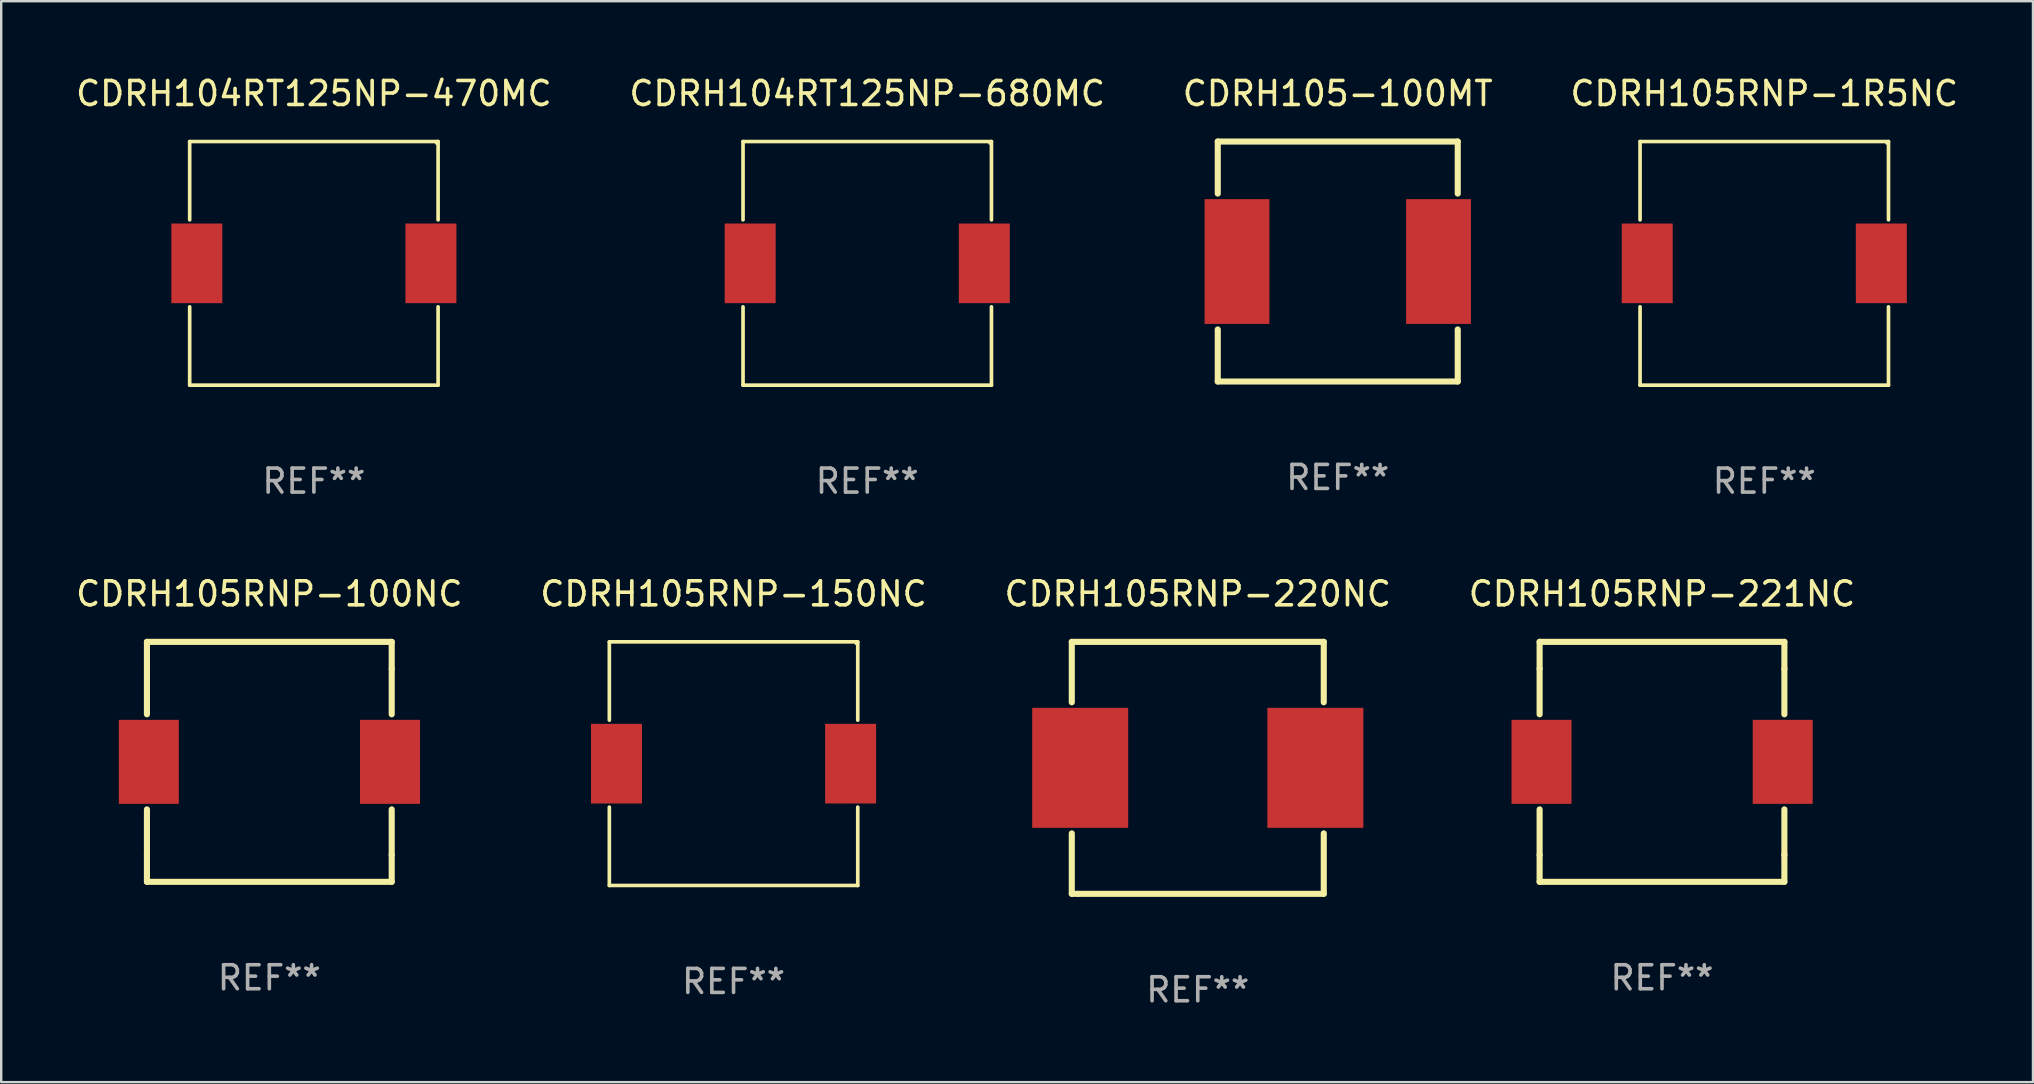
<source format=kicad_pcb>
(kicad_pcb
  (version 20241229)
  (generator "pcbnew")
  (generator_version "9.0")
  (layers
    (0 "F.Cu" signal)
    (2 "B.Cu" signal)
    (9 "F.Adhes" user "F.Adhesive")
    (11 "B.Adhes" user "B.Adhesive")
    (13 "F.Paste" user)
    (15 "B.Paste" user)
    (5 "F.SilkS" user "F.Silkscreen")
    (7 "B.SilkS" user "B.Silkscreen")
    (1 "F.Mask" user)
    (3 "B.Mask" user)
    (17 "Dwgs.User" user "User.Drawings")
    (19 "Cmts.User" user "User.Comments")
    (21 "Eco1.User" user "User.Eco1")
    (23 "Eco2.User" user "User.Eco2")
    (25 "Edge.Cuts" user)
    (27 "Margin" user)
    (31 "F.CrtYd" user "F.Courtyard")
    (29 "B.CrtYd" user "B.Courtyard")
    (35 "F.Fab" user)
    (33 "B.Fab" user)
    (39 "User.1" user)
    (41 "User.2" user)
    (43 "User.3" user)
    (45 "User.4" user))
  (footprint "CDRH105RNP-220NC"
    (layer "F.Cu")
    (at 46.863 28.947)
    (property "Reference" "CDRH105RNP-220NC" (at 0 -7.25 0) (layer "F.SilkS") (effects (font (size 1 1) (thickness 0.15))))
    (attr through_hole)
    (fp_line (start -5.25 -5.25) (end -5.25 -2.731) (stroke (width 0.254) (type solid)) (layer "F.SilkS"))
    (fp_line (start -5.25 -5.25) (end 5.25 -5.25) (stroke (width 0.254) (type solid)) (layer "F.SilkS"))
    (fp_line (start -5.25 2.731) (end -5.25 5.25) (stroke (width 0.254) (type solid)) (layer "F.SilkS"))
    (fp_line (start -4.989 5.25) (end -5.25 5.25) (stroke (width 0.254) (type solid)) (layer "F.SilkS"))
    (fp_line (start 5.25 -5.25) (end 5.25 -2.731) (stroke (width 0.254) (type solid)) (layer "F.SilkS"))
    (fp_line (start 5.25 2.731) (end 5.25 5.25) (stroke (width 0.254) (type solid)) (layer "F.SilkS"))
    (fp_line (start 5.25 5.25) (end -4.989 5.25) (stroke (width 0.254) (type solid)) (layer "F.SilkS"))
    (fp_circle (center -5.25 5.25) (end -5.22 5.25) (stroke (width 0.06) (type solid)) (fill no) (layer "F.SilkS"))
    (fp_text user "REF**" (at 0 9.25 0) (layer "F.Fab") (effects (font (size 1 1) (thickness 0.15))))
    (pad "1" smd rect (at -4.9 -0.000013) (size 4 5) (layers "F.Cu" "F.Mask" "F.Paste"))
    (pad "2" smd rect (at 4.9 -0.000013) (size 4 5) (layers "F.Cu" "F.Mask" "F.Paste")))
  (footprint "CDRH105-100MT"
    (layer "F.Cu")
    (at 52.696 7.848)
    (property "Reference" "CDRH105-100MT" (at 0 -7 0) (layer "F.SilkS") (effects (font (size 1 1) (thickness 0.15))))
    (attr through_hole)
    (fp_line (start -5 -5) (end -5 -2.831) (stroke (width 0.254) (type solid)) (layer "F.SilkS"))
    (fp_line (start -5 -5) (end 5 -5) (stroke (width 0.254) (type solid)) (layer "F.SilkS"))
    (fp_line (start -5 2.831) (end -5 5) (stroke (width 0.254) (type solid)) (layer "F.SilkS"))
    (fp_line (start -5 5) (end 5 5) (stroke (width 0.254) (type solid)) (layer "F.SilkS"))
    (fp_line (start 5 -5) (end 5 -2.831) (stroke (width 0.254) (type solid)) (layer "F.SilkS"))
    (fp_line (start 5 2.831) (end 5 5) (stroke (width 0.254) (type solid)) (layer "F.SilkS"))
    (fp_circle (center -5 5) (end -4.97 5) (stroke (width 0.06) (type solid)) (fill no) (layer "F.SilkS"))
    (fp_text user "REF**" (at 0 9 0) (layer "F.Fab") (effects (font (size 1 1) (thickness 0.15))))
    (pad "1" smd rect (at -4.2 0) (size 2.7 5.2) (layers "F.Cu" "F.Mask" "F.Paste"))
    (pad "2" smd rect (at 4.2 0) (size 2.7 5.2) (layers "F.Cu" "F.Mask" "F.Paste")))
  (footprint "CDRH105RNP-221NC"
    (layer "F.Cu")
    (at 66.208 28.697)
    (property "Reference" "CDRH105RNP-221NC" (at 0 -7 0) (layer "F.SilkS") (effects (font (size 1 1) (thickness 0.15))))
    (attr through_hole)
    (fp_line (start -5.1 -5) (end 5.1 -5) (stroke (width 0.254) (type solid)) (layer "F.SilkS"))
    (fp_line (start -5.1 -3.881) (end -5.1 -5) (stroke (width 0.254) (type solid)) (layer "F.SilkS"))
    (fp_line (start -5.1 -3.881) (end -5.1 -1.981) (stroke (width 0.254) (type solid)) (layer "F.SilkS"))
    (fp_line (start -5.1 1.981) (end -5.1 3.881) (stroke (width 0.254) (type solid)) (layer "F.SilkS"))
    (fp_line (start -5.1 5) (end -5.1 3.881) (stroke (width 0.254) (type solid)) (layer "F.SilkS"))
    (fp_line (start -5.1 5) (end 5.1 5) (stroke (width 0.254) (type solid)) (layer "F.SilkS"))
    (fp_line (start 5.1 -5) (end 5.1 -3.881) (stroke (width 0.254) (type solid)) (layer "F.SilkS"))
    (fp_line (start 5.1 -3.881) (end 5.1 -1.981) (stroke (width 0.254) (type solid)) (layer "F.SilkS"))
    (fp_line (start 5.1 1.981) (end 5.1 3.881) (stroke (width 0.254) (type solid)) (layer "F.SilkS"))
    (fp_line (start 5.1 3.881) (end 5.1 5) (stroke (width 0.254) (type solid)) (layer "F.SilkS"))
    (fp_circle (center -5.1 5) (end -5.07 5) (stroke (width 0.06) (type solid)) (fill no) (layer "F.SilkS"))
    (fp_text user "REF**" (at 0 9 0) (layer "F.Fab") (effects (font (size 1 1) (thickness 0.15))))
    (pad "1" smd rect (at -5.021 0) (size 2.5 3.5) (layers "F.Cu" "F.Mask" "F.Paste"))
    (pad "2" smd rect (at 5.03 0) (size 2.5 3.5) (layers "F.Cu" "F.Mask" "F.Paste")))
  (footprint "CDRH104RT125NP-470MC"
    (layer "F.Cu")
    (at 10.03 7.924)
    (property "Reference" "CDRH104RT125NP-470MC" (at 0 -7.076 0) (layer "F.SilkS") (effects (font (size 1 1) (thickness 0.15))))
    (attr through_hole)
    (fp_line (start -5.176 -5.076) (end 5.176 -5.076) (stroke (width 0.152) (type solid)) (layer "F.SilkS"))
    (fp_line (start -5.176 -1.812) (end -5.176 -5.076) (stroke (width 0.152) (type solid)) (layer "F.SilkS"))
    (fp_line (start -5.176 1.812) (end -5.176 5.076) (stroke (width 0.152) (type solid)) (layer "F.SilkS"))
    (fp_line (start -5.176 5.076) (end 5.176 5.076) (stroke (width 0.152) (type solid)) (layer "F.SilkS"))
    (fp_line (start 5.176 -5.076) (end 5.176 -1.812) (stroke (width 0.152) (type solid)) (layer "F.SilkS"))
    (fp_line (start 5.176 5.076) (end 5.176 1.812) (stroke (width 0.152) (type solid)) (layer "F.SilkS"))
    (fp_circle (center 5.1 -5) (end 5.13 -5) (stroke (width 0.06) (type solid)) (fill no) (layer "F.SilkS"))
    (fp_text user "REF**" (at 0 9.076 0) (layer "F.Fab") (effects (font (size 1 1) (thickness 0.15))))
    (pad "1" smd rect (at 4.878 0) (size 2.124 3.32) (layers "F.Cu" "F.Mask" "F.Paste"))
    (pad "2" smd rect (at -4.878 0) (size 2.124 3.32) (layers "F.Cu" "F.Mask" "F.Paste")))
  (footprint "CDRH104RT125NP-680MC"
    (layer "F.Cu")
    (at 33.089 7.924)
    (property "Reference" "CDRH104RT125NP-680MC" (at 0 -7.076 0) (layer "F.SilkS") (effects (font (size 1 1) (thickness 0.15))))
    (attr through_hole)
    (fp_line (start -5.176 -5.076) (end 5.176 -5.076) (stroke (width 0.152) (type solid)) (layer "F.SilkS"))
    (fp_line (start -5.176 -1.812) (end -5.176 -5.076) (stroke (width 0.152) (type solid)) (layer "F.SilkS"))
    (fp_line (start -5.176 1.812) (end -5.176 5.076) (stroke (width 0.152) (type solid)) (layer "F.SilkS"))
    (fp_line (start -5.176 5.076) (end 5.176 5.076) (stroke (width 0.152) (type solid)) (layer "F.SilkS"))
    (fp_line (start 5.176 -5.076) (end 5.176 -1.812) (stroke (width 0.152) (type solid)) (layer "F.SilkS"))
    (fp_line (start 5.176 5.076) (end 5.176 1.812) (stroke (width 0.152) (type solid)) (layer "F.SilkS"))
    (fp_circle (center 5.1 -5) (end 5.13 -5) (stroke (width 0.06) (type solid)) (fill no) (layer "F.SilkS"))
    (fp_text user "REF**" (at 0 9.076 0) (layer "F.Fab") (effects (font (size 1 1) (thickness 0.15))))
    (pad "1" smd rect (at 4.878 0) (size 2.124 3.32) (layers "F.Cu" "F.Mask" "F.Paste"))
    (pad "2" smd rect (at -4.878 0) (size 2.124 3.32) (layers "F.Cu" "F.Mask" "F.Paste")))
  (footprint "CDRH105RNP-1R5NC"
    (layer "F.Cu")
    (at 70.47 7.924)
    (property "Reference" "CDRH105RNP-1R5NC" (at 0 -7.076 0) (layer "F.SilkS") (effects (font (size 1 1) (thickness 0.15))))
    (attr through_hole)
    (fp_line (start -5.176 -5.076) (end 5.176 -5.076) (stroke (width 0.152) (type solid)) (layer "F.SilkS"))
    (fp_line (start -5.176 -1.812) (end -5.176 -5.076) (stroke (width 0.152) (type solid)) (layer "F.SilkS"))
    (fp_line (start -5.176 1.812) (end -5.176 5.076) (stroke (width 0.152) (type solid)) (layer "F.SilkS"))
    (fp_line (start -5.176 5.076) (end 5.176 5.076) (stroke (width 0.152) (type solid)) (layer "F.SilkS"))
    (fp_line (start 5.176 -5.076) (end 5.176 -1.812) (stroke (width 0.152) (type solid)) (layer "F.SilkS"))
    (fp_line (start 5.176 5.076) (end 5.176 1.812) (stroke (width 0.152) (type solid)) (layer "F.SilkS"))
    (fp_circle (center 5.1 -5) (end 5.13 -5) (stroke (width 0.06) (type solid)) (fill no) (layer "F.SilkS"))
    (fp_text user "REF**" (at 0 9.076 0) (layer "F.Fab") (effects (font (size 1 1) (thickness 0.15))))
    (pad "1" smd rect (at 4.878 0) (size 2.124 3.32) (layers "F.Cu" "F.Mask" "F.Paste"))
    (pad "2" smd rect (at -4.878 0) (size 2.124 3.32) (layers "F.Cu" "F.Mask" "F.Paste")))
  (footprint "CDRH105RNP-100NC"
    (layer "F.Cu")
    (at 8.173 28.697)
    (property "Reference" "CDRH105RNP-100NC" (at 0 -7 0) (layer "F.SilkS") (effects (font (size 1 1) (thickness 0.15))))
    (attr through_hole)
    (fp_line (start -5.1 -5) (end 5.1 -5) (stroke (width 0.254) (type solid)) (layer "F.SilkS"))
    (fp_line (start -5.1 -3.881) (end -5.1 -5) (stroke (width 0.254) (type solid)) (layer "F.SilkS"))
    (fp_line (start -5.1 -3.881) (end -5.1 -1.981) (stroke (width 0.254) (type solid)) (layer "F.SilkS"))
    (fp_line (start -5.1 1.981) (end -5.1 3.881) (stroke (width 0.254) (type solid)) (layer "F.SilkS"))
    (fp_line (start -5.1 5) (end -5.1 3.881) (stroke (width 0.254) (type solid)) (layer "F.SilkS"))
    (fp_line (start -5.1 5) (end 5.1 5) (stroke (width 0.254) (type solid)) (layer "F.SilkS"))
    (fp_line (start 5.1 -5) (end 5.1 -3.881) (stroke (width 0.254) (type solid)) (layer "F.SilkS"))
    (fp_line (start 5.1 -3.881) (end 5.1 -1.981) (stroke (width 0.254) (type solid)) (layer "F.SilkS"))
    (fp_line (start 5.1 1.981) (end 5.1 3.881) (stroke (width 0.254) (type solid)) (layer "F.SilkS"))
    (fp_line (start 5.1 3.881) (end 5.1 5) (stroke (width 0.254) (type solid)) (layer "F.SilkS"))
    (fp_circle (center -5.1 5) (end -5.07 5) (stroke (width 0.06) (type solid)) (fill no) (layer "F.SilkS"))
    (fp_text user "REF**" (at 0 9 0) (layer "F.Fab") (effects (font (size 1 1) (thickness 0.15))))
    (pad "1" smd rect (at -5.021 0) (size 2.5 3.5) (layers "F.Cu" "F.Mask" "F.Paste"))
    (pad "2" smd rect (at 5.03 0) (size 2.5 3.5) (layers "F.Cu" "F.Mask" "F.Paste")))
  (footprint "CDRH105RNP-150NC"
    (layer "F.Cu")
    (at 27.518 28.773)
    (property "Reference" "CDRH105RNP-150NC" (at 0 -7.076 0) (layer "F.SilkS") (effects (font (size 1 1) (thickness 0.15))))
    (attr through_hole)
    (fp_line (start -5.176 -5.076) (end 5.176 -5.076) (stroke (width 0.152) (type solid)) (layer "F.SilkS"))
    (fp_line (start -5.176 -1.812) (end -5.176 -5.076) (stroke (width 0.152) (type solid)) (layer "F.SilkS"))
    (fp_line (start -5.176 1.812) (end -5.176 5.076) (stroke (width 0.152) (type solid)) (layer "F.SilkS"))
    (fp_line (start -5.176 5.076) (end 5.176 5.076) (stroke (width 0.152) (type solid)) (layer "F.SilkS"))
    (fp_line (start 5.176 -5.076) (end 5.176 -1.812) (stroke (width 0.152) (type solid)) (layer "F.SilkS"))
    (fp_line (start 5.176 5.076) (end 5.176 1.812) (stroke (width 0.152) (type solid)) (layer "F.SilkS"))
    (fp_circle (center 5.1 -5) (end 5.13 -5) (stroke (width 0.06) (type solid)) (fill no) (layer "F.SilkS"))
    (fp_text user "REF**" (at 0 9.076 0) (layer "F.Fab") (effects (font (size 1 1) (thickness 0.15))))
    (pad "1" smd rect (at 4.878 0) (size 2.124 3.32) (layers "F.Cu" "F.Mask" "F.Paste"))
    (pad "2" smd rect (at -4.878 0) (size 2.124 3.32) (layers "F.Cu" "F.Mask" "F.Paste")))
  (gr_rect
    (start -3 -3)
    (end 81.667 42.045)
    (stroke (width 0.1) (type default))
    (fill no)
    (layer "Edge.Cuts")))
</source>
